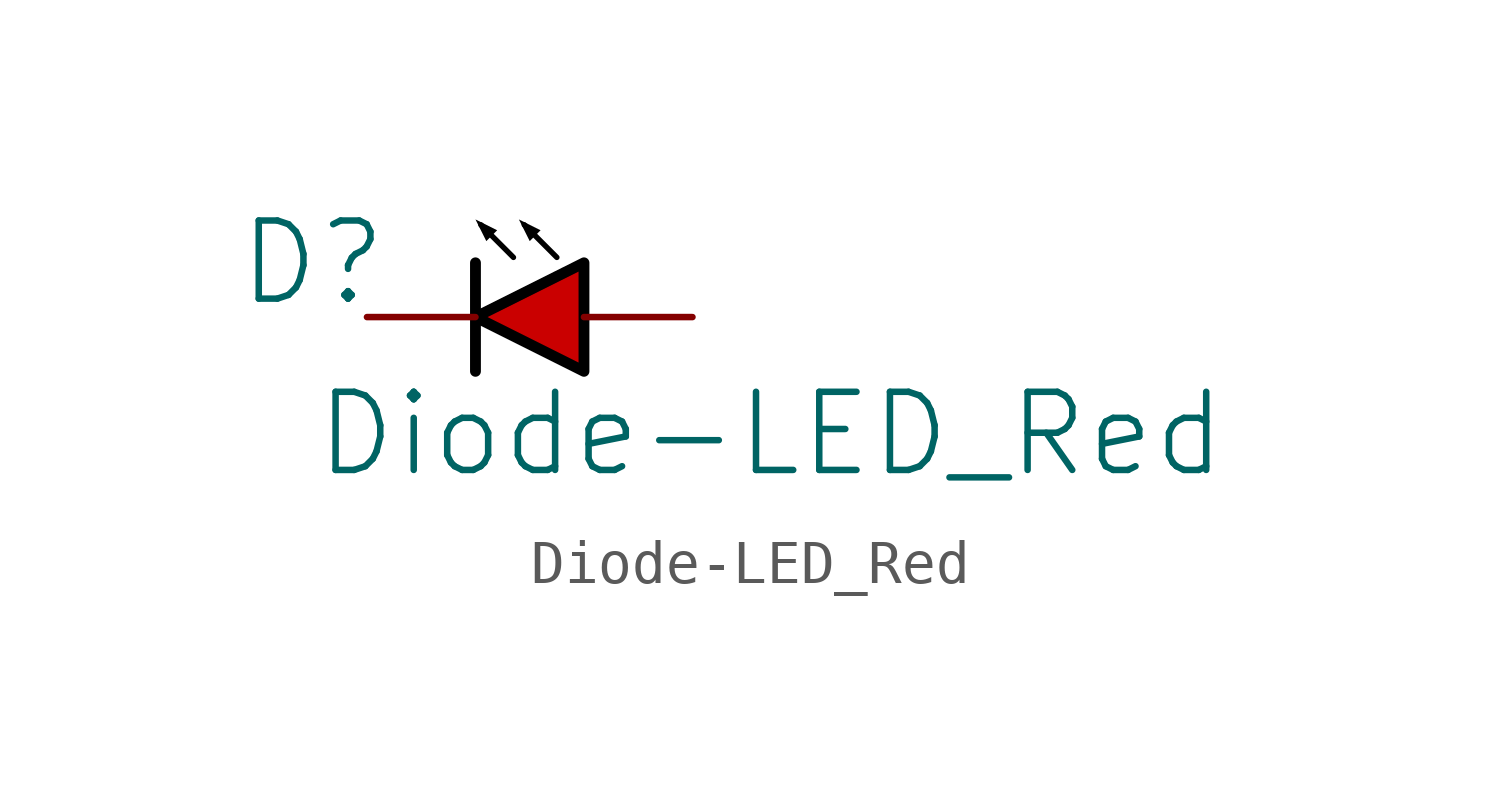
<source format=kicad_sym>
(kicad_symbol_lib
  (version 20231120)
  (generator "kicad_symbol_editor")
  (generator_version "8.0")
  (symbol "Diode-LED_Red"
    (property "Reference" "D"
      (at -1.27 1.27 0)
      (effects (font (size 1.829 1.829))))
    (property "Value" "Diode-LED_Red"
      (at -1.27 -3.81 0)
      (effects (font (size 1.829 1.829)) (justify left bottom)))
    (symbol "Diode-LED_Red_1_0"
      (polyline (pts (xy 2.54 1.27) (xy 2.54 -1.27)) (stroke (width 0.254) (type solid) (color 0 0 0 1)) (fill (type none)))
      (polyline (pts (xy 2.667 2.159) (xy 3.429 1.397)) (stroke (width 0.127) (type solid) (color 0 0 0 1)) (fill (type none)))
      (polyline (pts (xy 3.683 2.159) (xy 4.445 1.397)) (stroke (width 0.127) (type solid) (color 0 0 0 1)) (fill (type none)))
      (polyline (pts (xy 3.048 2.032) (xy 2.794 1.778) (xy 2.54 2.286) (xy 3.048 2.032)) (stroke (width -0.0001) (type solid) (color 0 0 0 1)) (fill (type outline)))
      (polyline (pts (xy 4.064 2.032) (xy 3.81 1.778) (xy 3.556 2.286) (xy 4.064 2.032)) (stroke (width -0.0001) (type solid) (color 0 0 0 1)) (fill (type outline)))
      (polyline (pts (xy 5.08 1.27) (xy 2.54 0) (xy 5.08 -1.27) (xy 5.08 1.27)) (stroke (width 0.254) (type solid) (color 0 0 0 1)) (fill (type color) (color 202 0 0 1)))
      (pin passive line (at 7.62 0 180) (length 2.54) (name "Anode" (effects (font (size 0 0)))) (number "A" (effects (font (size 0 0)))))
      (pin passive line (at 0 0 0) (length 2.54) (name "Cathode" (effects (font (size 0 0)))) (number "K" (effects (font (size 0 0))))))))
</source>
